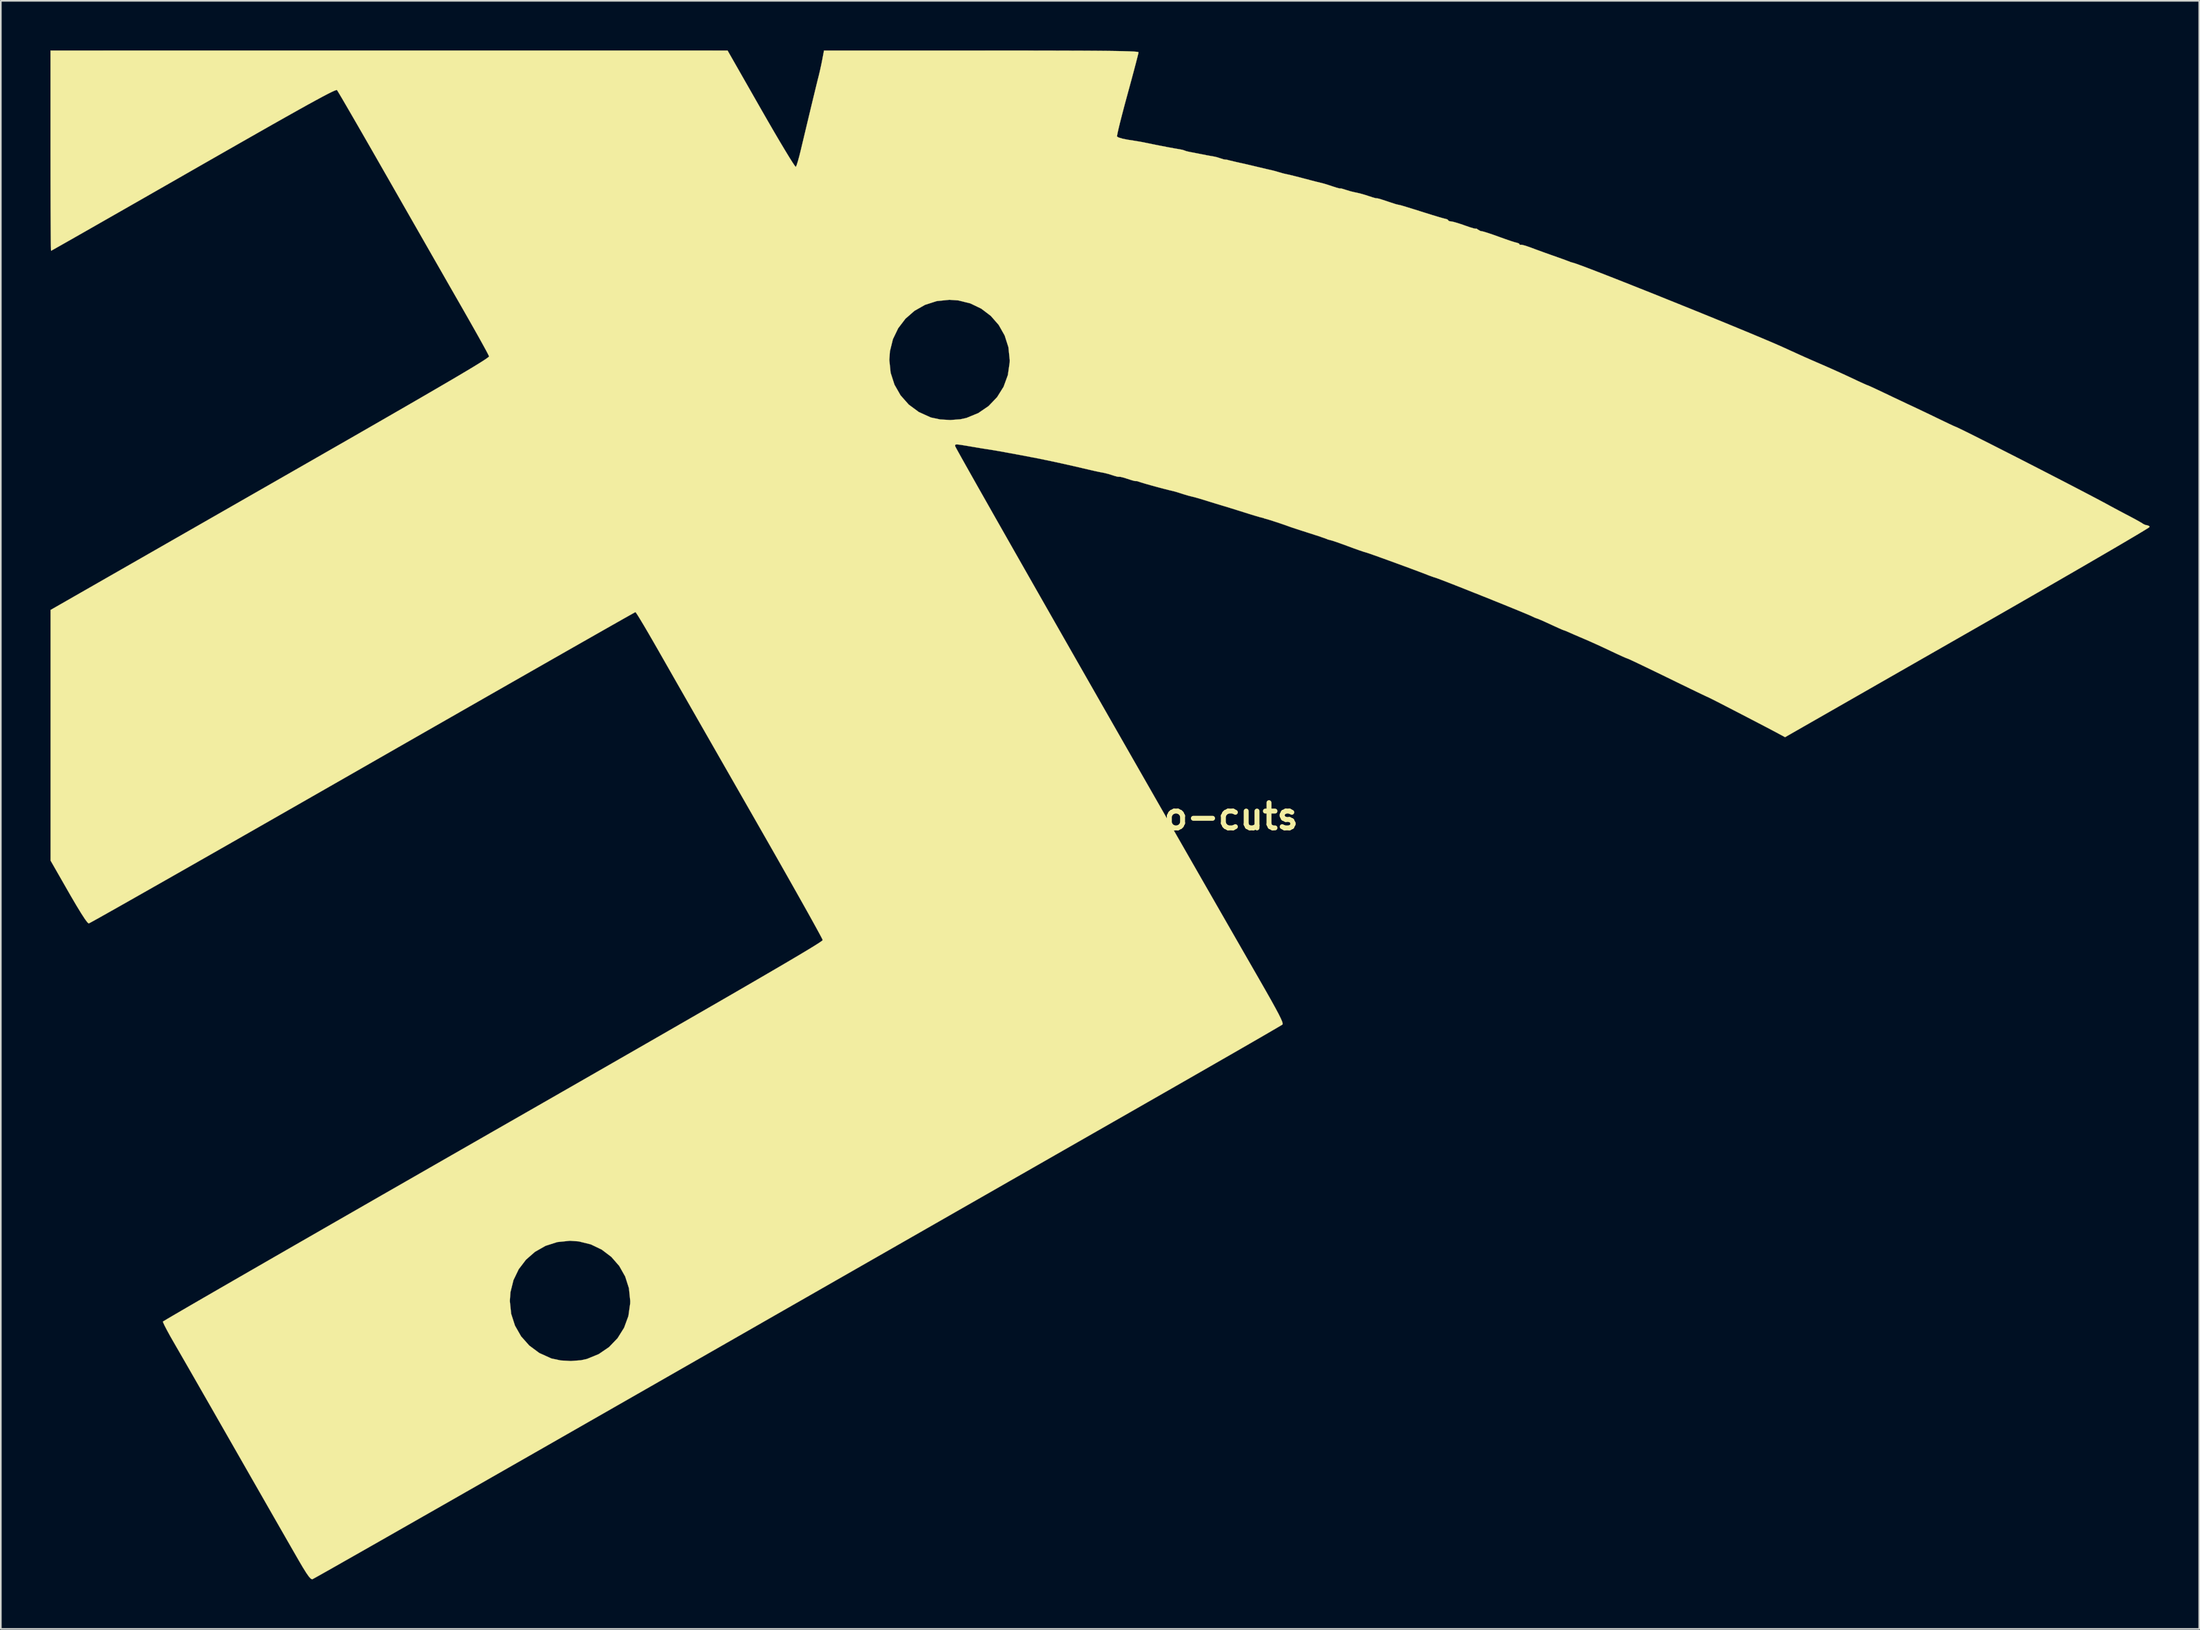
<source format=kicad_pcb>
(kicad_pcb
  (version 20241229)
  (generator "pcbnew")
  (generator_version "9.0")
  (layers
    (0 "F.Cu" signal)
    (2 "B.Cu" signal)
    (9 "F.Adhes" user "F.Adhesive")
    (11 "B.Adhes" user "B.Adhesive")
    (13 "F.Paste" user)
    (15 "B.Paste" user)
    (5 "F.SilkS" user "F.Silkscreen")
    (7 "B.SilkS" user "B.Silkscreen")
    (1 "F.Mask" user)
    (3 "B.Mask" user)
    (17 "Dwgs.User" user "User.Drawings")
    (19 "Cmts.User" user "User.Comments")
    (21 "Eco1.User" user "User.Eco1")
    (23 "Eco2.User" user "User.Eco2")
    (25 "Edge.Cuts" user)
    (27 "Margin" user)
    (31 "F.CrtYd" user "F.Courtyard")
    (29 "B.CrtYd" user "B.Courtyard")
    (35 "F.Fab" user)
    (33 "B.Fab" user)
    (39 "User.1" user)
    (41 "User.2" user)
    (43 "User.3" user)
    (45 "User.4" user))
  (footprint "giant-ek-logo-cuts"
    (layer "F.Cu")
    (at 63.59 46.318)
    (property "Reference" "giant-ek-logo-cuts" (at 0 0 0) (layer "F.SilkS") (effects (font (size 1.524 1.524) (thickness 0.3))))
    (attr through_hole)
    (fp_poly (pts (xy -5.782 -46.312) (xy -4.418 -46.311) (xy -3.208 -46.309) (xy -2.143 -46.306) (xy -1.216 -46.303) (xy -0.42 -46.298) (xy 0.254 -46.292) (xy 0.813 -46.284) (xy 1.266 -46.275) (xy 1.619 -46.265) (xy 1.882 -46.253) (xy 2.061 -46.24) (xy 2.164 -46.225) (xy 2.2 -46.208) (xy 2.2 -46.207) (xy 2.178 -46.101) (xy 2.116 -45.853) (xy 2.021 -45.485) (xy 1.897 -45.016) (xy 1.75 -44.469) (xy 1.585 -43.864) (xy 1.529 -43.658) (xy 1.361 -43.039) (xy 1.212 -42.472) (xy 1.085 -41.976) (xy 0.987 -41.573) (xy 0.923 -41.285) (xy 0.897 -41.131) (xy 0.898 -41.113) (xy 0.994 -41.054) (xy 1.216 -40.987) (xy 1.518 -40.925) (xy 1.59 -40.913) (xy 1.934 -40.86) (xy 2.237 -40.81) (xy 2.44 -40.774) (xy 2.455 -40.771) (xy 2.665 -40.728) (xy 2.952 -40.67) (xy 3.09 -40.641) (xy 3.558 -40.548) (xy 4.014 -40.46) (xy 4.406 -40.389) (xy 4.68 -40.343) (xy 4.876 -40.304) (xy 4.983 -40.266) (xy 5.11 -40.222) (xy 5.299 -40.18) (xy 5.525 -40.138) (xy 5.83 -40.078) (xy 6.011 -40.042) (xy 6.315 -39.982) (xy 6.584 -39.934) (xy 6.696 -39.916) (xy 6.948 -39.86) (xy 7.143 -39.798) (xy 7.328 -39.737) (xy 7.432 -39.72) (xy 7.556 -39.708) (xy 7.684 -39.672) (xy 8.049 -39.586) (xy 8.343 -39.519) (xy 8.424 -39.502) (xy 8.58 -39.468) (xy 8.852 -39.405) (xy 9.193 -39.324) (xy 9.356 -39.285) (xy 9.711 -39.201) (xy 10.017 -39.129) (xy 10.228 -39.081) (xy 10.278 -39.07) (xy 10.474 -39.02) (xy 10.702 -38.952) (xy 10.962 -38.878) (xy 11.176 -38.83) (xy 11.346 -38.793) (xy 11.633 -38.722) (xy 11.991 -38.631) (xy 12.234 -38.567) (xy 12.608 -38.468) (xy 12.934 -38.384) (xy 13.17 -38.326) (xy 13.254 -38.307) (xy 13.426 -38.261) (xy 13.691 -38.179) (xy 13.91 -38.106) (xy 14.164 -38.024) (xy 14.339 -37.977) (xy 14.393 -37.974) (xy 14.464 -37.97) (xy 14.641 -37.919) (xy 14.724 -37.891) (xy 15.019 -37.801) (xy 15.305 -37.734) (xy 15.338 -37.729) (xy 15.577 -37.675) (xy 15.892 -37.585) (xy 16.108 -37.515) (xy 16.363 -37.432) (xy 16.539 -37.384) (xy 16.595 -37.38) (xy 16.668 -37.371) (xy 16.861 -37.317) (xy 17.133 -37.229) (xy 17.166 -37.218) (xy 17.457 -37.121) (xy 17.683 -37.047) (xy 17.799 -37.012) (xy 17.801 -37.012) (xy 17.886 -36.993) (xy 17.975 -36.973) (xy 18.034 -36.961) (xy 18.155 -36.927) (xy 18.407 -36.851) (xy 18.758 -36.743) (xy 19.178 -36.611) (xy 19.431 -36.531) (xy 19.873 -36.393) (xy 20.262 -36.274) (xy 20.568 -36.185) (xy 20.76 -36.134) (xy 20.807 -36.126) (xy 20.905 -36.08) (xy 20.913 -36.054) (xy 20.984 -35.996) (xy 21.08 -35.983) (xy 21.233 -35.955) (xy 21.497 -35.88) (xy 21.82 -35.773) (xy 21.926 -35.735) (xy 22.232 -35.629) (xy 22.466 -35.559) (xy 22.593 -35.535) (xy 22.606 -35.541) (xy 22.653 -35.538) (xy 22.708 -35.492) (xy 22.871 -35.401) (xy 22.94 -35.39) (xy 23.069 -35.361) (xy 23.318 -35.284) (xy 23.652 -35.171) (xy 24.003 -35.045) (xy 24.384 -34.908) (xy 24.717 -34.794) (xy 24.964 -34.717) (xy 25.082 -34.689) (xy 25.208 -34.641) (xy 25.231 -34.597) (xy 25.268 -34.556) (xy 25.283 -34.568) (xy 25.382 -34.566) (xy 25.593 -34.511) (xy 25.873 -34.415) (xy 25.897 -34.406) (xy 26.255 -34.272) (xy 26.689 -34.114) (xy 27.114 -33.962) (xy 27.178 -33.94) (xy 27.514 -33.821) (xy 27.798 -33.72) (xy 27.986 -33.652) (xy 28.025 -33.637) (xy 28.175 -33.58) (xy 28.215 -33.567) (xy 28.3 -33.532) (xy 28.389 -33.502) (xy 28.448 -33.488) (xy 28.61 -33.438) (xy 28.914 -33.329) (xy 29.344 -33.168) (xy 29.885 -32.961) (xy 30.522 -32.713) (xy 31.241 -32.431) (xy 32.025 -32.121) (xy 32.861 -31.788) (xy 33.732 -31.44) (xy 34.624 -31.081) (xy 35.522 -30.719) (xy 36.411 -30.358) (xy 37.275 -30.006) (xy 38.099 -29.668) (xy 38.869 -29.35) (xy 39.57 -29.058) (xy 40.185 -28.799) (xy 40.701 -28.579) (xy 41.102 -28.402) (xy 41.19 -28.362) (xy 41.552 -28.197) (xy 41.922 -28.029) (xy 42.206 -27.9) (xy 42.459 -27.786) (xy 42.816 -27.629) (xy 43.225 -27.45) (xy 43.561 -27.305) (xy 44.047 -27.091) (xy 44.59 -26.847) (xy 45.107 -26.609) (xy 45.36 -26.49) (xy 45.708 -26.326) (xy 45.998 -26.193) (xy 46.195 -26.105) (xy 46.268 -26.077) (xy 46.355 -26.043) (xy 46.565 -25.948) (xy 46.87 -25.806) (xy 47.24 -25.631) (xy 47.348 -25.58) (xy 47.791 -25.368) (xy 48.237 -25.157) (xy 48.634 -24.969) (xy 48.931 -24.831) (xy 48.937 -24.828) (xy 49.233 -24.689) (xy 49.628 -24.501) (xy 50.072 -24.289) (xy 50.504 -24.08) (xy 50.882 -23.898) (xy 51.202 -23.745) (xy 51.436 -23.635) (xy 51.554 -23.583) (xy 51.562 -23.58) (xy 51.666 -23.537) (xy 51.905 -23.423) (xy 52.263 -23.248) (xy 52.723 -23.019) (xy 53.269 -22.744) (xy 53.887 -22.432) (xy 54.56 -22.09) (xy 55.273 -21.727) (xy 56.008 -21.351) (xy 56.752 -20.969) (xy 57.487 -20.591) (xy 58.198 -20.224) (xy 58.869 -19.876) (xy 59.484 -19.555) (xy 60.028 -19.27) (xy 60.484 -19.028) (xy 60.837 -18.838) (xy 60.918 -18.793) (xy 61.185 -18.648) (xy 61.542 -18.458) (xy 61.93 -18.253) (xy 62.103 -18.163) (xy 62.432 -17.988) (xy 62.707 -17.835) (xy 62.892 -17.726) (xy 62.945 -17.688) (xy 63.094 -17.62) (xy 63.178 -17.611) (xy 63.305 -17.562) (xy 63.329 -17.505) (xy 63.257 -17.451) (xy 63.045 -17.319) (xy 62.703 -17.112) (xy 62.237 -16.835) (xy 61.657 -16.493) (xy 60.97 -16.091) (xy 60.183 -15.633) (xy 59.306 -15.123) (xy 58.347 -14.568) (xy 57.312 -13.97) (xy 56.211 -13.336) (xy 55.052 -12.669) (xy 53.842 -11.975) (xy 52.589 -11.258) (xy 52.309 -11.098) (xy 41.291 -4.796) (xy 40.775 -5.074) (xy 40.498 -5.221) (xy 40.094 -5.433) (xy 39.586 -5.698) (xy 38.997 -6.004) (xy 38.35 -6.339) (xy 37.669 -6.691) (xy 37.169 -6.948) (xy 36.895 -7.087) (xy 36.685 -7.191) (xy 36.58 -7.24) (xy 36.576 -7.241) (xy 36.49 -7.28) (xy 36.276 -7.381) (xy 35.957 -7.535) (xy 35.557 -7.728) (xy 35.099 -7.951) (xy 35.01 -7.994) (xy 34.151 -8.413) (xy 33.436 -8.76) (xy 32.858 -9.039) (xy 32.407 -9.255) (xy 32.075 -9.412) (xy 31.856 -9.513) (xy 31.74 -9.561) (xy 31.719 -9.567) (xy 31.63 -9.602) (xy 31.419 -9.695) (xy 31.116 -9.835) (xy 30.752 -10.006) (xy 30.706 -10.028) (xy 30.274 -10.231) (xy 29.838 -10.431) (xy 29.452 -10.604) (xy 29.198 -10.714) (xy 28.857 -10.859) (xy 28.519 -11.005) (xy 28.304 -11.1) (xy 28.085 -11.196) (xy 27.939 -11.253) (xy 27.911 -11.261) (xy 27.822 -11.294) (xy 27.616 -11.384) (xy 27.327 -11.516) (xy 27.123 -11.61) (xy 26.794 -11.761) (xy 26.519 -11.883) (xy 26.338 -11.958) (xy 26.289 -11.974) (xy 26.152 -12.024) (xy 26.035 -12.081) (xy 25.903 -12.142) (xy 25.638 -12.255) (xy 25.263 -12.411) (xy 24.8 -12.6) (xy 24.27 -12.816) (xy 23.696 -13.047) (xy 23.1 -13.287) (xy 22.502 -13.525) (xy 21.927 -13.754) (xy 21.394 -13.964) (xy 20.927 -14.147) (xy 20.548 -14.293) (xy 20.277 -14.395) (xy 20.138 -14.443) (xy 20.13 -14.445) (xy 20.024 -14.478) (xy 19.918 -14.517) (xy 19.789 -14.562) (xy 19.727 -14.586) (xy 19.504 -14.674) (xy 19.173 -14.799) (xy 18.762 -14.953) (xy 18.299 -15.124) (xy 17.812 -15.303) (xy 17.329 -15.479) (xy 16.878 -15.642) (xy 16.487 -15.782) (xy 16.183 -15.889) (xy 15.995 -15.952) (xy 15.952 -15.965) (xy 15.804 -16.008) (xy 15.538 -16.098) (xy 15.193 -16.221) (xy 14.868 -16.341) (xy 14.493 -16.479) (xy 14.166 -16.595) (xy 13.926 -16.675) (xy 13.818 -16.704) (xy 13.642 -16.75) (xy 13.589 -16.774) (xy 13.48 -16.816) (xy 13.243 -16.898) (xy 12.912 -17.008) (xy 12.522 -17.134) (xy 12.488 -17.145) (xy 12.085 -17.274) (xy 11.728 -17.39) (xy 11.456 -17.48) (xy 11.306 -17.532) (xy 11.303 -17.534) (xy 11.092 -17.61) (xy 10.802 -17.71) (xy 10.485 -17.815) (xy 10.193 -17.909) (xy 9.978 -17.975) (xy 9.906 -17.994) (xy 9.794 -18.025) (xy 9.779 -18.034) (xy 9.71 -18.058) (xy 9.634 -18.075) (xy 9.494 -18.111) (xy 9.236 -18.187) (xy 8.9 -18.29) (xy 8.66 -18.366) (xy 8.232 -18.5) (xy 7.793 -18.637) (xy 7.412 -18.754) (xy 7.281 -18.793) (xy 6.884 -18.913) (xy 6.443 -19.049) (xy 6.174 -19.133) (xy 5.86 -19.228) (xy 5.585 -19.306) (xy 5.419 -19.346) (xy 5.22 -19.396) (xy 4.947 -19.477) (xy 4.826 -19.516) (xy 4.558 -19.601) (xy 4.334 -19.665) (xy 4.268 -19.681) (xy 4.038 -19.735) (xy 3.71 -19.819) (xy 3.332 -19.919) (xy 2.95 -20.024) (xy 2.609 -20.121) (xy 2.357 -20.196) (xy 2.263 -20.228) (xy 2.1 -20.28) (xy 2.032 -20.28) (xy 1.96 -20.286) (xy 1.771 -20.338) (xy 1.552 -20.409) (xy 1.293 -20.491) (xy 1.104 -20.537) (xy 1.037 -20.538) (xy 0.943 -20.542) (xy 0.748 -20.593) (xy 0.655 -20.624) (xy 0.367 -20.714) (xy 0.095 -20.78) (xy 0.049 -20.789) (xy -0.175 -20.831) (xy -0.486 -20.898) (xy -0.741 -20.957) (xy -1.671 -21.174) (xy -2.514 -21.363) (xy -3.323 -21.536) (xy -4.152 -21.702) (xy -5.054 -21.874) (xy -5.842 -22.019) (xy -6.211 -22.086) (xy -6.483 -22.133) (xy -6.726 -22.173) (xy -6.985 -22.213) (xy -7.204 -22.247) (xy -7.516 -22.299) (xy -7.789 -22.345) (xy -8.236 -22.421) (xy -8.542 -22.47) (xy -8.733 -22.494) (xy -8.838 -22.495) (xy -8.881 -22.472) (xy -8.89 -22.427) (xy -8.89 -22.396) (xy -8.849 -22.312) (xy -8.727 -22.088) (xy -8.529 -21.731) (xy -8.258 -21.248) (xy -7.919 -20.646) (xy -7.516 -19.931) (xy -7.051 -19.111) (xy -6.531 -18.192) (xy -5.957 -17.182) (xy -5.335 -16.087) (xy -4.668 -14.915) (xy -3.96 -13.671) (xy -3.215 -12.364) (xy -2.437 -11) (xy -1.63 -9.585) (xy -0.798 -8.128) (xy 0.055 -6.634) (xy 0.925 -5.111) (xy 1.809 -3.565) (xy 2.702 -2.004) (xy 3.6 -0.434) (xy 4.5 1.138) (xy 5.397 2.704) (xy 6.288 4.258) (xy 7.169 5.793) (xy 8.035 7.302) (xy 8.883 8.779) (xy 9.455 9.774) (xy 9.873 10.504) (xy 10.211 11.101) (xy 10.474 11.577) (xy 10.67 11.945) (xy 10.804 12.216) (xy 10.884 12.404) (xy 10.915 12.52) (xy 10.904 12.577) (xy 10.902 12.578) (xy 10.817 12.632) (xy 10.593 12.764) (xy 10.24 12.97) (xy 9.767 13.245) (xy 9.182 13.583) (xy 8.495 13.979) (xy 7.715 14.428) (xy 6.85 14.924) (xy 5.91 15.464) (xy 4.903 16.041) (xy 3.838 16.651) (xy 2.725 17.287) (xy 1.609 17.926) (xy 0.703 18.443) (xy -0.34 19.039) (xy -1.509 19.707) (xy -2.794 20.442) (xy -4.186 21.238) (xy -5.673 22.088) (xy -7.246 22.988) (xy -8.895 23.93) (xy -10.608 24.91) (xy -12.377 25.922) (xy -14.191 26.959) (xy -16.039 28.016) (xy -17.911 29.087) (xy -19.798 30.166) (xy -21.688 31.248) (xy -23.572 32.326) (xy -25.44 33.394) (xy -27.281 34.448) (xy -27.598 34.629) (xy -29.304 35.605) (xy -30.974 36.56) (xy -32.599 37.489) (xy -34.175 38.39) (xy -35.695 39.258) (xy -37.153 40.091) (xy -38.543 40.884) (xy -39.86 41.636) (xy -41.097 42.341) (xy -42.248 42.997) (xy -43.307 43.601) (xy -44.268 44.148) (xy -45.126 44.636) (xy -45.873 45.06) (xy -46.505 45.419) (xy -47.015 45.707) (xy -47.397 45.922) (xy -47.645 46.06) (xy -47.753 46.118) (xy -47.757 46.12) (xy -47.836 46.094) (xy -47.953 45.973) (xy -48.116 45.743) (xy -48.337 45.388) (xy -48.573 44.986) (xy -48.729 44.715) (xy -48.96 44.313) (xy -49.258 43.794) (xy -49.614 43.173) (xy -50.019 42.466) (xy -50.465 41.687) (xy -50.943 40.851) (xy -51.445 39.975) (xy -51.961 39.072) (xy -52.323 38.439) (xy -52.846 37.525) (xy -53.361 36.625) (xy -53.858 35.755) (xy -54.331 34.931) (xy -54.769 34.166) (xy -55.164 33.477) (xy -55.508 32.879) (xy -55.791 32.388) (xy -56.005 32.017) (xy -56.106 31.842) (xy -56.341 31.432) (xy -56.539 31.07) (xy -56.688 30.784) (xy -56.774 30.598) (xy -56.789 30.541) (xy -56.715 30.493) (xy -56.499 30.364) (xy -56.148 30.158) (xy -55.668 29.878) (xy -55.065 29.527) (xy -54.663 29.295) (xy -35.814 29.295) (xy -35.734 30.068) (xy -35.502 30.787) (xy -35.132 31.435) (xy -34.637 31.992) (xy -34.032 32.44) (xy -33.328 32.759) (xy -33.282 32.775) (xy -32.737 32.89) (xy -32.124 32.925) (xy -31.521 32.88) (xy -31.152 32.8) (xy -30.436 32.506) (xy -29.813 32.081) (xy -29.298 31.543) (xy -28.904 30.912) (xy -28.645 30.206) (xy -28.536 29.442) (xy -28.533 29.295) (xy -28.612 28.524) (xy -28.839 27.813) (xy -29.199 27.176) (xy -29.675 26.63) (xy -30.253 26.191) (xy -30.916 25.872) (xy -31.65 25.691) (xy -32.181 25.654) (xy -32.948 25.733) (xy -33.657 25.961) (xy -34.292 26.321) (xy -34.837 26.797) (xy -35.277 27.374) (xy -35.595 28.035) (xy -35.777 28.766) (xy -35.814 29.295) (xy -54.663 29.295) (xy -54.345 29.11) (xy -53.514 28.63) (xy -52.578 28.09) (xy -51.543 27.493) (xy -50.414 26.843) (xy -49.199 26.143) (xy -47.902 25.398) (xy -46.53 24.609) (xy -45.089 23.782) (xy -43.585 22.918) (xy -42.023 22.023) (xy -40.411 21.098) (xy -38.753 20.148) (xy -37.055 19.175) (xy -36.827 19.044) (xy -34.704 17.829) (xy -32.725 16.695) (xy -30.885 15.64) (xy -29.18 14.661) (xy -27.605 13.757) (xy -26.158 12.925) (xy -24.833 12.162) (xy -23.627 11.467) (xy -22.535 10.837) (xy -21.555 10.269) (xy -20.68 9.761) (xy -19.908 9.311) (xy -19.234 8.917) (xy -18.655 8.575) (xy -18.165 8.285) (xy -17.762 8.042) (xy -17.441 7.846) (xy -17.198 7.693) (xy -17.029 7.582) (xy -16.929 7.509) (xy -16.896 7.473) (xy -16.896 7.472) (xy -16.938 7.378) (xy -17.059 7.148) (xy -17.253 6.791) (xy -17.514 6.317) (xy -17.837 5.736) (xy -18.217 5.059) (xy -18.647 4.295) (xy -19.123 3.454) (xy -19.637 2.547) (xy -20.186 1.584) (xy -20.763 0.574) (xy -21.166 -0.131) (xy -21.793 -1.226) (xy -22.421 -2.323) (xy -23.041 -3.406) (xy -23.645 -4.462) (xy -24.225 -5.475) (xy -24.772 -6.432) (xy -25.279 -7.319) (xy -25.737 -8.119) (xy -26.137 -8.821) (xy -26.472 -9.408) (xy -26.734 -9.866) (xy -26.791 -9.967) (xy -27.122 -10.544) (xy -27.427 -11.071) (xy -27.697 -11.531) (xy -27.922 -11.906) (xy -28.09 -12.178) (xy -28.193 -12.332) (xy -28.218 -12.359) (xy -28.296 -12.318) (xy -28.515 -12.196) (xy -28.868 -11.998) (xy -29.348 -11.726) (xy -29.948 -11.386) (xy -30.662 -10.98) (xy -31.483 -10.513) (xy -32.405 -9.988) (xy -33.421 -9.409) (xy -34.525 -8.779) (xy -35.709 -8.103) (xy -36.967 -7.385) (xy -38.293 -6.627) (xy -39.68 -5.834) (xy -41.122 -5.01) (xy -42.611 -4.158) (xy -44.141 -3.282) (xy -44.718 -2.952) (xy -46.262 -2.068) (xy -47.769 -1.206) (xy -49.23 -0.371) (xy -50.64 0.435) (xy -51.992 1.207) (xy -53.279 1.941) (xy -54.495 2.634) (xy -55.632 3.282) (xy -56.685 3.881) (xy -57.647 4.427) (xy -58.51 4.917) (xy -59.269 5.347) (xy -59.917 5.713) (xy -60.447 6.011) (xy -60.852 6.238) (xy -61.126 6.389) (xy -61.262 6.461) (xy -61.276 6.467) (xy -61.359 6.397) (xy -61.515 6.186) (xy -61.738 5.842) (xy -62.024 5.373) (xy -62.366 4.79) (xy -62.491 4.572) (xy -63.581 2.667) (xy -63.581 -4.911) (xy -63.581 -12.488) (xy -50.311 -20.083) (xy -48.598 -21.064) (xy -47.027 -21.964) (xy -45.593 -22.786) (xy -44.291 -23.534) (xy -43.116 -24.211) (xy -42.063 -24.818) (xy -41.127 -25.36) (xy -40.303 -25.839) (xy -39.585 -26.258) (xy -38.968 -26.62) (xy -38.449 -26.929) (xy -38.02 -27.186) (xy -37.678 -27.396) (xy -37.417 -27.56) (xy -37.355 -27.601) (xy -12.869 -27.601) (xy -12.789 -26.828) (xy -12.557 -26.109) (xy -12.187 -25.461) (xy -11.693 -24.904) (xy -11.087 -24.456) (xy -10.384 -24.137) (xy -10.337 -24.121) (xy -9.793 -24.006) (xy -9.179 -23.971) (xy -8.576 -24.016) (xy -8.207 -24.096) (xy -7.491 -24.39) (xy -6.868 -24.815) (xy -6.353 -25.353) (xy -5.959 -25.984) (xy -5.701 -26.69) (xy -5.591 -27.454) (xy -5.588 -27.601) (xy -5.667 -28.372) (xy -5.894 -29.083) (xy -6.254 -29.72) (xy -6.73 -30.266) (xy -7.308 -30.705) (xy -7.971 -31.024) (xy -8.705 -31.205) (xy -9.236 -31.242) (xy -10.003 -31.163) (xy -10.712 -30.935) (xy -11.347 -30.575) (xy -11.892 -30.099) (xy -12.332 -29.522) (xy -12.651 -28.861) (xy -12.832 -28.13) (xy -12.869 -27.601) (xy -37.355 -27.601) (xy -37.233 -27.683) (xy -37.119 -27.766) (xy -37.072 -27.813) (xy -37.07 -27.822) (xy -37.117 -27.925) (xy -37.239 -28.159) (xy -37.428 -28.505) (xy -37.673 -28.948) (xy -37.966 -29.469) (xy -38.297 -30.053) (xy -38.656 -30.683) (xy -38.729 -30.811) (xy -39.067 -31.4) (xy -39.476 -32.113) (xy -39.942 -32.929) (xy -40.455 -33.824) (xy -40.999 -34.776) (xy -41.563 -35.762) (xy -42.134 -36.76) (xy -42.698 -37.747) (xy -43.243 -38.701) (xy -43.263 -38.735) (xy -43.751 -39.588) (xy -44.216 -40.4) (xy -44.651 -41.157) (xy -45.049 -41.848) (xy -45.403 -42.46) (xy -45.706 -42.982) (xy -45.95 -43.401) (xy -46.13 -43.704) (xy -46.237 -43.881) (xy -46.264 -43.921) (xy -46.307 -43.922) (xy -46.41 -43.887) (xy -46.578 -43.811) (xy -46.818 -43.692) (xy -47.136 -43.525) (xy -47.54 -43.307) (xy -48.037 -43.035) (xy -48.631 -42.704) (xy -49.331 -42.311) (xy -50.143 -41.853) (xy -51.074 -41.324) (xy -52.129 -40.723) (xy -53.317 -40.045) (xy -54.643 -39.287) (xy -54.94 -39.117) (xy -56.05 -38.481) (xy -57.119 -37.87) (xy -58.138 -37.287) (xy -59.097 -36.739) (xy -59.987 -36.231) (xy -60.8 -35.767) (xy -61.525 -35.353) (xy -62.154 -34.995) (xy -62.678 -34.697) (xy -63.088 -34.465) (xy -63.374 -34.303) (xy -63.527 -34.218) (xy -63.551 -34.205) (xy -63.557 -34.288) (xy -63.562 -34.526) (xy -63.567 -34.907) (xy -63.571 -35.417) (xy -63.575 -36.043) (xy -63.579 -36.771) (xy -63.581 -37.588) (xy -63.583 -38.48) (xy -63.584 -39.435) (xy -63.585 -40.259) (xy -63.585 -46.313) (xy -43.117 -46.312) (xy -22.648 -46.311) (xy -20.62 -42.756) (xy -20.215 -42.051) (xy -19.835 -41.395) (xy -19.486 -40.802) (xy -19.178 -40.287) (xy -18.92 -39.862) (xy -18.718 -39.542) (xy -18.583 -39.341) (xy -18.521 -39.273) (xy -18.52 -39.274) (xy -18.472 -39.381) (xy -18.397 -39.617) (xy -18.308 -39.942) (xy -18.237 -40.226) (xy -18.147 -40.602) (xy -18.029 -41.096) (xy -17.894 -41.661) (xy -17.753 -42.25) (xy -17.642 -42.714) (xy -17.514 -43.245) (xy -17.392 -43.748) (xy -17.285 -44.19) (xy -17.2 -44.535) (xy -17.146 -44.746) (xy -17.069 -45.065) (xy -16.984 -45.453) (xy -16.926 -45.741) (xy -16.818 -46.313) (xy -7.308 -46.313) (xy -5.782 -46.312)) (stroke (width 0.01) (type solid)) (fill yes) (layer "F.SilkS")))
  (gr_rect
    (start -3 -3)
    (end 129.924 95.443)
    (stroke (width 0.1) (type default))
    (fill no)
    (layer "Edge.Cuts")))
</source>
